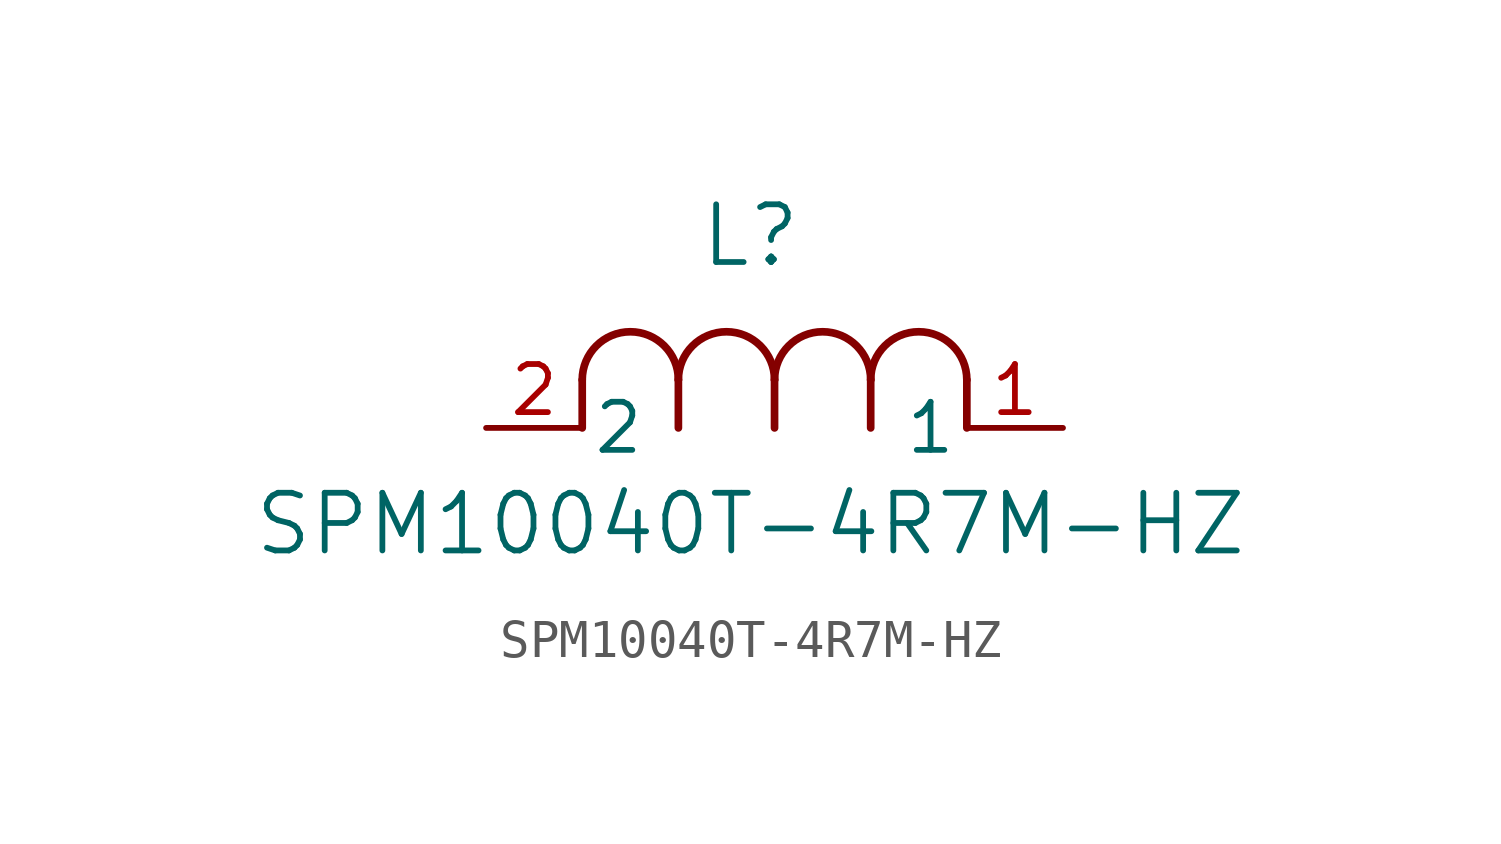
<source format=kicad_sym>
(kicad_symbol_lib
  (version 20211014)
  (generator kicad_symbol_editor)
  (symbol "SPM10040T-4R7M-HZ"
    (pin_names
      (offset 0.254))
    (property "Reference" "L"
      (at 6.985 5.08 0)
      (effects (font (size 1.524 1.524))))
    (property "Value" "SPM10040T-4R7M-HZ"
      (at 6.985 -2.54 0)
      (effects (font (size 1.524 1.524))))
    (symbol "SPM10040T-4R7M-HZ_0_1"
      (arc (start 7.62 1.27) (mid 6.35 2.54) (end 5.08 1.27) (stroke (width 0.2032) (type default) (color 0 0 0 0)) (fill (type none)))
      (polyline (pts (xy 5.08 0) (xy 5.08 1.27)) (stroke (width 0.203) (type default) (color 0 0 0 0)) (fill (type none)))
      (polyline (pts (xy 7.62 0) (xy 7.62 1.27)) (stroke (width 0.203) (type default) (color 0 0 0 0)) (fill (type none)))
      (polyline (pts (xy 12.7 0) (xy 12.7 1.27)) (stroke (width 0.203) (type default) (color 0 0 0 0)) (fill (type none)))
      (arc (start 5.08 1.27) (mid 3.81 2.54) (end 2.54 1.27) (stroke (width 0.2032) (type default) (color 0 0 0 0)) (fill (type none)))
      (arc (start 10.16 1.27) (mid 8.89 2.54) (end 7.62 1.27) (stroke (width 0.2032) (type default) (color 0 0 0 0)) (fill (type none)))
      (arc (start 12.7 1.27) (mid 11.43 2.54) (end 10.16 1.27) (stroke (width 0.2032) (type default) (color 0 0 0 0)) (fill (type none)))
      (polyline (pts (xy 2.54 0) (xy 2.54 1.27)) (stroke (width 0.203) (type default) (color 0 0 0 0)) (fill (type none)))
      (polyline (pts (xy 10.16 0) (xy 10.16 1.27)) (stroke (width 0.203) (type default) (color 0 0 0 0)) (fill (type none)))
      (pin unspecified line (at 0 0 0) (length 2.54) (name "2" (effects (font (size 1.27 1.27)))) (number "2" (effects (font (size 1.27 1.27)))))
      (pin unspecified line (at 15.24 0 180) (length 2.54) (name "1" (effects (font (size 1.27 1.27)))) (number "1" (effects (font (size 1.27 1.27))))))))
</source>
